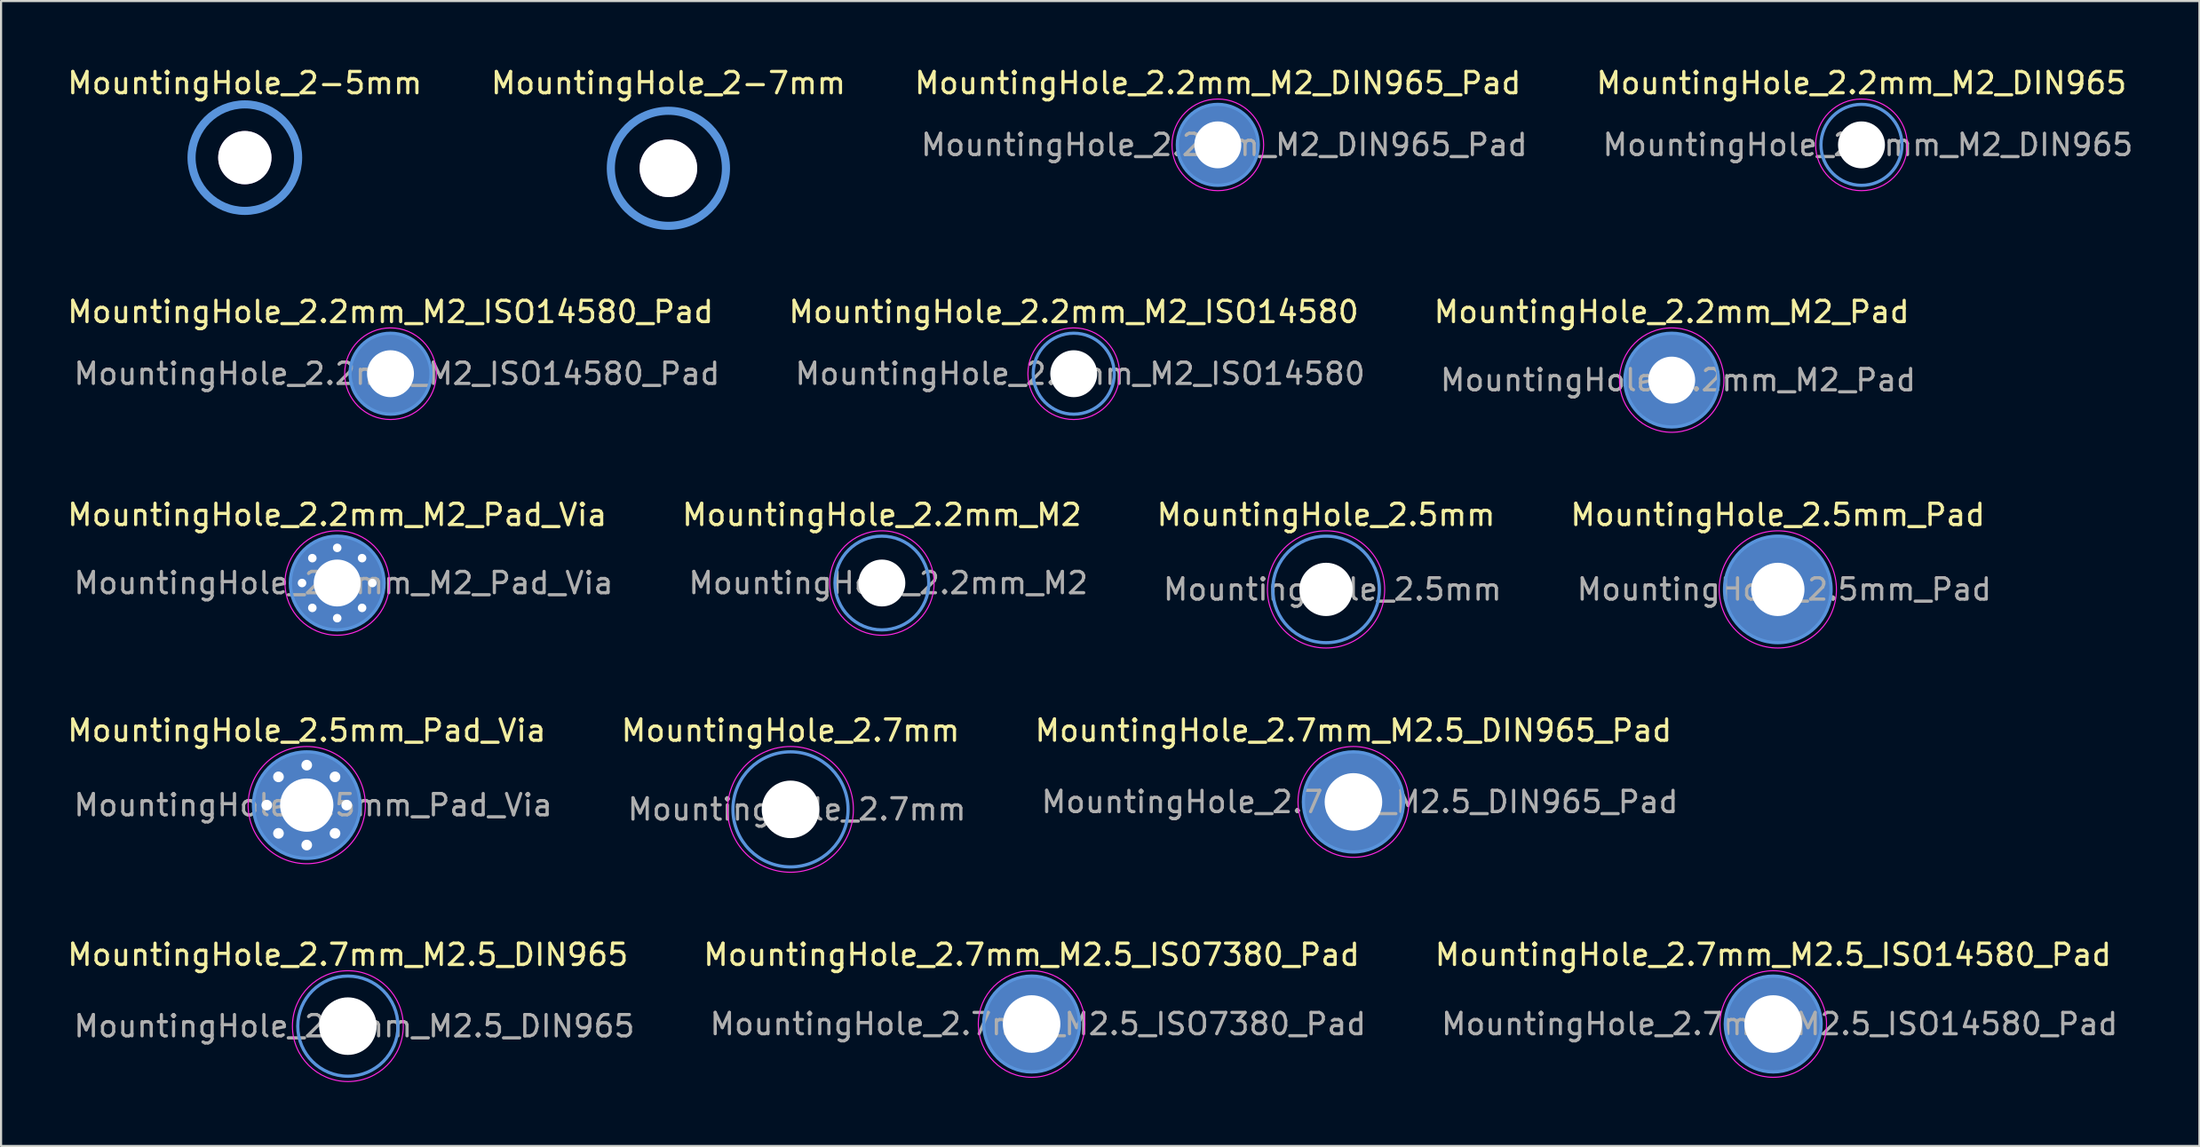
<source format=kicad_pcb>
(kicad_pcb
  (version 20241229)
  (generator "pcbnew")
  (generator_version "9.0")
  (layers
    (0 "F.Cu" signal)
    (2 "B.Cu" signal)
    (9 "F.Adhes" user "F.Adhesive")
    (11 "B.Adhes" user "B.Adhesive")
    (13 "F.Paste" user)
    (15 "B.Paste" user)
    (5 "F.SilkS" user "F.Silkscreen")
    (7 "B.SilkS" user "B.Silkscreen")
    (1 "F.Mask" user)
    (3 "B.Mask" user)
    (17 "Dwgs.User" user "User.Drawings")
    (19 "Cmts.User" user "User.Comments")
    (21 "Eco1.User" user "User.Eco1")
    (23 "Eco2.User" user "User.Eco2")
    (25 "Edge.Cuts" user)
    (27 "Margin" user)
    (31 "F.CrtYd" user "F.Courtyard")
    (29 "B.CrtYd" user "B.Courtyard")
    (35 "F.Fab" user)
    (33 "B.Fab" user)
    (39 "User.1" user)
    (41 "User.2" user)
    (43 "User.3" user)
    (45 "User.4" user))
  (footprint "MountingHole_2.7mm"
    (layer "F.Cu")
    (at 34.032 34.934)
    (property "Reference" "MountingHole_2.7mm" (at 0 -3.7 0) (layer "F.SilkS") (effects (font (size 1 1) (thickness 0.15))))
    (attr through_hole)
    (fp_circle (center 0 0) (end 2.7 0) (stroke (width 0.15) (type solid)) (fill no) (layer "Cmts.User"))
    (fp_circle (center 0 0) (end 2.95 0) (stroke (width 0.05) (type solid)) (fill no) (layer "F.CrtYd"))
    (fp_text user "${REFERENCE}" (at 0.3 0 0) (layer "F.Fab") (effects (font (size 1 1) (thickness 0.15))))
    (pad "" np_thru_hole circle (at 0 0) (size 2.7 2.7) (drill 2.7) (layers "*.Cu" "*.Mask")))
  (footprint "MountingHole_2.2mm_M2_Pad"
    (layer "F.Cu")
    (at 75.368 14.788)
    (property "Reference" "MountingHole_2.2mm_M2_Pad" (at 0 -3.2 0) (layer "F.SilkS") (effects (font (size 1 1) (thickness 0.15))))
    (attr through_hole)
    (fp_circle (center 0 0) (end 2.2 0) (stroke (width 0.15) (type solid)) (fill no) (layer "Cmts.User"))
    (fp_circle (center 0 0) (end 2.45 0) (stroke (width 0.05) (type solid)) (fill no) (layer "F.CrtYd"))
    (fp_text user "${REFERENCE}" (at 0.3 0 0) (layer "F.Fab") (effects (font (size 1 1) (thickness 0.15))))
    (pad "1" thru_hole circle (at 0 0) (size 4.4 4.4) (drill 2.2) (layers "*.Cu" "*.Mask")))
  (footprint "MountingHole_2.5mm_Pad_Via"
    (layer "F.Cu")
    (at 11.339 34.734)
    (property "Reference" "MountingHole_2.5mm_Pad_Via" (at 0 -3.5 0) (layer "F.SilkS") (effects (font (size 1 1) (thickness 0.15))))
    (attr through_hole)
    (fp_circle (center 0 0) (end 2.5 0) (stroke (width 0.15) (type solid)) (fill no) (layer "Cmts.User"))
    (fp_circle (center 0 0) (end 2.75 0) (stroke (width 0.05) (type solid)) (fill no) (layer "F.CrtYd"))
    (fp_text user "${REFERENCE}" (at 0.3 0 0) (layer "F.Fab") (effects (font (size 1 1) (thickness 0.15))))
    (pad "" thru_hole circle (at -1.875 0) (size 0.6 0.6) (drill 0.5) (layers "*.Cu" "*.Mask"))
    (pad "" thru_hole circle (at -1.326 -1.326) (size 0.6 0.6) (drill 0.5) (layers "*.Cu" "*.Mask"))
    (pad "" thru_hole circle (at -1.326 1.326) (size 0.6 0.6) (drill 0.5) (layers "*.Cu" "*.Mask"))
    (pad "" thru_hole circle (at 0 -1.875) (size 0.6 0.6) (drill 0.5) (layers "*.Cu" "*.Mask"))
    (pad "" thru_hole circle (at 0 1.875) (size 0.6 0.6) (drill 0.5) (layers "*.Cu" "*.Mask"))
    (pad "" thru_hole circle (at 1.326 -1.326) (size 0.6 0.6) (drill 0.5) (layers "*.Cu" "*.Mask"))
    (pad "" thru_hole circle (at 1.326 1.326) (size 0.6 0.6) (drill 0.5) (layers "*.Cu" "*.Mask"))
    (pad "" thru_hole circle (at 1.875 0) (size 0.6 0.6) (drill 0.5) (layers "*.Cu" "*.Mask"))
    (pad "1" thru_hole circle (at 0 0) (size 5 5) (drill 2.5) (layers "*.Cu" "*.Mask")))
  (footprint "MountingHole_2.2mm_M2_DIN965_Pad"
    (layer "F.Cu")
    (at 54.077 3.748)
    (property "Reference" "MountingHole_2.2mm_M2_DIN965_Pad" (at 0 -2.9 0) (layer "F.SilkS") (effects (font (size 1 1) (thickness 0.15))))
    (attr through_hole)
    (fp_circle (center 0 0) (end 1.9 0) (stroke (width 0.15) (type solid)) (fill no) (layer "Cmts.User"))
    (fp_circle (center 0 0) (end 2.15 0) (stroke (width 0.05) (type solid)) (fill no) (layer "F.CrtYd"))
    (fp_text user "${REFERENCE}" (at 0.3 0 0) (layer "F.Fab") (effects (font (size 1 1) (thickness 0.15))))
    (pad "1" thru_hole circle (at 0 0) (size 3.8 3.8) (drill 2.2) (layers "*.Cu" "*.Mask")))
  (footprint "MountingHole_2-5mm"
    (layer "F.Cu")
    (at 8.435 4.348)
    (property "Reference" "MountingHole_2-5mm" (at 0 -3.5 0) (layer "F.SilkS") (effects (font (size 1 1) (thickness 0.15))))
    (attr through_hole)
    (fp_circle (center 0 0) (end 2.499 0) (stroke (width 0.381) (type solid)) (fill no) (layer "Cmts.User"))
    (pad "" thru_hole circle (at 0 0) (size 2.499 2.499) (drill 2.499) (layers)))
  (footprint "MountingHole_2.5mm_Pad"
    (layer "F.Cu")
    (at 80.346 24.611)
    (property "Reference" "MountingHole_2.5mm_Pad" (at 0 -3.5 0) (layer "F.SilkS") (effects (font (size 1 1) (thickness 0.15))))
    (attr through_hole)
    (fp_circle (center 0 0) (end 2.5 0) (stroke (width 0.15) (type solid)) (fill no) (layer "Cmts.User"))
    (fp_circle (center 0 0) (end 2.75 0) (stroke (width 0.05) (type solid)) (fill no) (layer "F.CrtYd"))
    (fp_text user "${REFERENCE}" (at 0.3 0 0) (layer "F.Fab") (effects (font (size 1 1) (thickness 0.15))))
    (pad "1" thru_hole circle (at 0 0) (size 5 5) (drill 2.5) (layers "*.Cu" "*.Mask")))
  (footprint "MountingHole_2.7mm_M2.5_ISO7380_Pad"
    (layer "F.Cu")
    (at 45.342 45.007)
    (property "Reference" "MountingHole_2.7mm_M2.5_ISO7380_Pad" (at 0 -3.25 0) (layer "F.SilkS") (effects (font (size 1 1) (thickness 0.15))))
    (attr through_hole)
    (fp_circle (center 0 0) (end 2.25 0) (stroke (width 0.15) (type solid)) (fill no) (layer "Cmts.User"))
    (fp_circle (center 0 0) (end 2.5 0) (stroke (width 0.05) (type solid)) (fill no) (layer "F.CrtYd"))
    (fp_text user "${REFERENCE}" (at 0.3 0 0) (layer "F.Fab") (effects (font (size 1 1) (thickness 0.15))))
    (pad "1" thru_hole circle (at 0 0) (size 4.5 4.5) (drill 2.7) (layers "*.Cu" "*.Mask")))
  (footprint "MountingHole_2.2mm_M2"
    (layer "F.Cu")
    (at 38.318 24.311)
    (property "Reference" "MountingHole_2.2mm_M2" (at 0 -3.2 0) (layer "F.SilkS") (effects (font (size 1 1) (thickness 0.15))))
    (attr through_hole)
    (fp_circle (center 0 0) (end 2.2 0) (stroke (width 0.15) (type solid)) (fill no) (layer "Cmts.User"))
    (fp_circle (center 0 0) (end 2.45 0) (stroke (width 0.05) (type solid)) (fill no) (layer "F.CrtYd"))
    (fp_text user "${REFERENCE}" (at 0.3 0 0) (layer "F.Fab") (effects (font (size 1 1) (thickness 0.15))))
    (pad "" np_thru_hole circle (at 0 0) (size 2.2 2.2) (drill 2.2) (layers "*.Cu" "*.Mask")))
  (footprint "MountingHole_2.2mm_M2_DIN965"
    (layer "F.Cu")
    (at 84.27 3.748)
    (property "Reference" "MountingHole_2.2mm_M2_DIN965" (at 0 -2.9 0) (layer "F.SilkS") (effects (font (size 1 1) (thickness 0.15))))
    (attr through_hole)
    (fp_circle (center 0 0) (end 1.9 0) (stroke (width 0.15) (type solid)) (fill no) (layer "Cmts.User"))
    (fp_circle (center 0 0) (end 2.15 0) (stroke (width 0.05) (type solid)) (fill no) (layer "F.CrtYd"))
    (fp_text user "${REFERENCE}" (at 0.3 0 0) (layer "F.Fab") (effects (font (size 1 1) (thickness 0.15))))
    (pad "" np_thru_hole circle (at 0 0) (size 2.2 2.2) (drill 2.2) (layers "*.Cu" "*.Mask")))
  (footprint "MountingHole_2.5mm"
    (layer "F.Cu")
    (at 59.154 24.611)
    (property "Reference" "MountingHole_2.5mm" (at 0 -3.5 0) (layer "F.SilkS") (effects (font (size 1 1) (thickness 0.15))))
    (attr through_hole)
    (fp_circle (center 0 0) (end 2.5 0) (stroke (width 0.15) (type solid)) (fill no) (layer "Cmts.User"))
    (fp_circle (center 0 0) (end 2.75 0) (stroke (width 0.05) (type solid)) (fill no) (layer "F.CrtYd"))
    (fp_text user "${REFERENCE}" (at 0.3 0 0) (layer "F.Fab") (effects (font (size 1 1) (thickness 0.15))))
    (pad "" np_thru_hole circle (at 0 0) (size 2.5 2.5) (drill 2.5) (layers "*.Cu" "*.Mask")))
  (footprint "MountingHole_2.2mm_M2_ISO14580_Pad"
    (layer "F.Cu")
    (at 15.268 14.488)
    (property "Reference" "MountingHole_2.2mm_M2_ISO14580_Pad" (at 0 -2.9 0) (layer "F.SilkS") (effects (font (size 1 1) (thickness 0.15))))
    (attr through_hole)
    (fp_circle (center 0 0) (end 1.9 0) (stroke (width 0.15) (type solid)) (fill no) (layer "Cmts.User"))
    (fp_circle (center 0 0) (end 2.15 0) (stroke (width 0.05) (type solid)) (fill no) (layer "F.CrtYd"))
    (fp_text user "${REFERENCE}" (at 0.3 0 0) (layer "F.Fab") (effects (font (size 1 1) (thickness 0.15))))
    (pad "1" thru_hole circle (at 0 0) (size 3.8 3.8) (drill 2.2) (layers "*.Cu" "*.Mask")))
  (footprint "MountingHole_2.2mm_M2_ISO14580"
    (layer "F.Cu")
    (at 47.318 14.488)
    (property "Reference" "MountingHole_2.2mm_M2_ISO14580" (at 0 -2.9 0) (layer "F.SilkS") (effects (font (size 1 1) (thickness 0.15))))
    (attr through_hole)
    (fp_circle (center 0 0) (end 1.9 0) (stroke (width 0.15) (type solid)) (fill no) (layer "Cmts.User"))
    (fp_circle (center 0 0) (end 2.15 0) (stroke (width 0.05) (type solid)) (fill no) (layer "F.CrtYd"))
    (fp_text user "${REFERENCE}" (at 0.3 0 0) (layer "F.Fab") (effects (font (size 1 1) (thickness 0.15))))
    (pad "" np_thru_hole circle (at 0 0) (size 2.2 2.2) (drill 2.2) (layers "*.Cu" "*.Mask")))
  (footprint "MountingHole_2-7mm"
    (layer "F.Cu")
    (at 28.304 4.849)
    (property "Reference" "MountingHole_2-7mm" (at 0 -4 0) (layer "F.SilkS") (effects (font (size 1 1) (thickness 0.15))))
    (attr through_hole)
    (fp_circle (center 0 0) (end 2.7 0) (stroke (width 0.381) (type solid)) (fill no) (layer "Cmts.User"))
    (pad "" thru_hole circle (at 0 0) (size 2.7 2.7) (drill 2.7) (layers)))
  (footprint "MountingHole_2.7mm_M2.5_DIN965_Pad"
    (layer "F.Cu")
    (at 60.439 34.584)
    (property "Reference" "MountingHole_2.7mm_M2.5_DIN965_Pad" (at 0 -3.35 0) (layer "F.SilkS") (effects (font (size 1 1) (thickness 0.15))))
    (attr through_hole)
    (fp_circle (center 0 0) (end 2.35 0) (stroke (width 0.15) (type solid)) (fill no) (layer "Cmts.User"))
    (fp_circle (center 0 0) (end 2.6 0) (stroke (width 0.05) (type solid)) (fill no) (layer "F.CrtYd"))
    (fp_text user "${REFERENCE}" (at 0.3 0 0) (layer "F.Fab") (effects (font (size 1 1) (thickness 0.15))))
    (pad "1" thru_hole circle (at 0 0) (size 4.7 4.7) (drill 2.7) (layers "*.Cu" "*.Mask")))
  (footprint "MountingHole_2.7mm_M2.5_DIN965"
    (layer "F.Cu")
    (at 13.268 45.107)
    (property "Reference" "MountingHole_2.7mm_M2.5_DIN965" (at 0 -3.35 0) (layer "F.SilkS") (effects (font (size 1 1) (thickness 0.15))))
    (attr through_hole)
    (fp_circle (center 0 0) (end 2.35 0) (stroke (width 0.15) (type solid)) (fill no) (layer "Cmts.User"))
    (fp_circle (center 0 0) (end 2.6 0) (stroke (width 0.05) (type solid)) (fill no) (layer "F.CrtYd"))
    (fp_text user "${REFERENCE}" (at 0.3 0 0) (layer "F.Fab") (effects (font (size 1 1) (thickness 0.15))))
    (pad "" np_thru_hole circle (at 0 0) (size 2.7 2.7) (drill 2.7) (layers "*.Cu" "*.Mask")))
  (footprint "MountingHole_2.2mm_M2_Pad_Via"
    (layer "F.Cu")
    (at 12.768 24.311)
    (property "Reference" "MountingHole_2.2mm_M2_Pad_Via" (at 0 -3.2 0) (layer "F.SilkS") (effects (font (size 1 1) (thickness 0.15))))
    (attr through_hole)
    (fp_circle (center 0 0) (end 2.2 0) (stroke (width 0.15) (type solid)) (fill no) (layer "Cmts.User"))
    (fp_circle (center 0 0) (end 2.45 0) (stroke (width 0.05) (type solid)) (fill no) (layer "F.CrtYd"))
    (fp_text user "${REFERENCE}" (at 0.3 0 0) (layer "F.Fab") (effects (font (size 1 1) (thickness 0.15))))
    (pad "" thru_hole circle (at -1.65 0) (size 0.6 0.6) (drill 0.4) (layers "*.Cu" "*.Mask"))
    (pad "" thru_hole circle (at -1.167 -1.167) (size 0.6 0.6) (drill 0.4) (layers "*.Cu" "*.Mask"))
    (pad "" thru_hole circle (at -1.167 1.167) (size 0.6 0.6) (drill 0.4) (layers "*.Cu" "*.Mask"))
    (pad "" thru_hole circle (at 0 -1.65) (size 0.6 0.6) (drill 0.4) (layers "*.Cu" "*.Mask"))
    (pad "" thru_hole circle (at 0 1.65) (size 0.6 0.6) (drill 0.4) (layers "*.Cu" "*.Mask"))
    (pad "" thru_hole circle (at 1.167 -1.167) (size 0.6 0.6) (drill 0.4) (layers "*.Cu" "*.Mask"))
    (pad "" thru_hole circle (at 1.167 1.167) (size 0.6 0.6) (drill 0.4) (layers "*.Cu" "*.Mask"))
    (pad "" thru_hole circle (at 1.65 0) (size 0.6 0.6) (drill 0.4) (layers "*.Cu" "*.Mask"))
    (pad "1" thru_hole circle (at 0 0) (size 4.4 4.4) (drill 2.2) (layers "*.Cu" "*.Mask")))
  (footprint "MountingHole_2.7mm_M2.5_ISO14580_Pad"
    (layer "F.Cu")
    (at 80.13 45.007)
    (property "Reference" "MountingHole_2.7mm_M2.5_ISO14580_Pad" (at 0 -3.25 0) (layer "F.SilkS") (effects (font (size 1 1) (thickness 0.15))))
    (attr through_hole)
    (fp_circle (center 0 0) (end 2.25 0) (stroke (width 0.15) (type solid)) (fill no) (layer "Cmts.User"))
    (fp_circle (center 0 0) (end 2.5 0) (stroke (width 0.05) (type solid)) (fill no) (layer "F.CrtYd"))
    (fp_text user "${REFERENCE}" (at 0.3 0 0) (layer "F.Fab") (effects (font (size 1 1) (thickness 0.15))))
    (pad "1" thru_hole circle (at 0 0) (size 4.5 4.5) (drill 2.7) (layers "*.Cu" "*.Mask")))
  (gr_rect
    (start -3 -3)
    (end 100.124 50.732)
    (stroke (width 0.1) (type default))
    (fill no)
    (layer "Edge.Cuts")))
</source>
